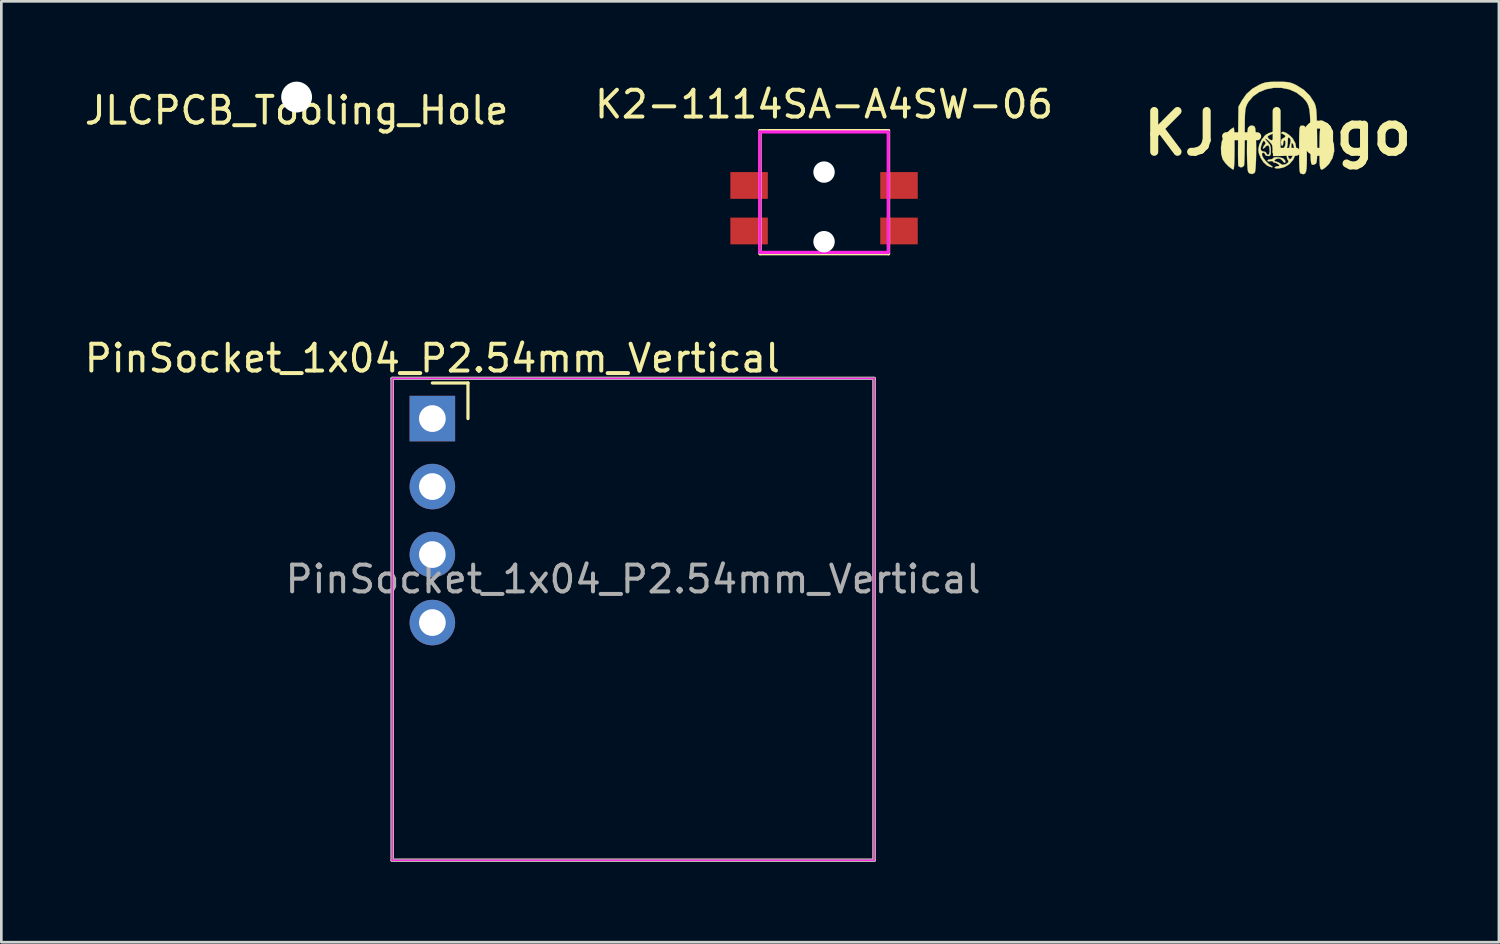
<source format=kicad_pcb>
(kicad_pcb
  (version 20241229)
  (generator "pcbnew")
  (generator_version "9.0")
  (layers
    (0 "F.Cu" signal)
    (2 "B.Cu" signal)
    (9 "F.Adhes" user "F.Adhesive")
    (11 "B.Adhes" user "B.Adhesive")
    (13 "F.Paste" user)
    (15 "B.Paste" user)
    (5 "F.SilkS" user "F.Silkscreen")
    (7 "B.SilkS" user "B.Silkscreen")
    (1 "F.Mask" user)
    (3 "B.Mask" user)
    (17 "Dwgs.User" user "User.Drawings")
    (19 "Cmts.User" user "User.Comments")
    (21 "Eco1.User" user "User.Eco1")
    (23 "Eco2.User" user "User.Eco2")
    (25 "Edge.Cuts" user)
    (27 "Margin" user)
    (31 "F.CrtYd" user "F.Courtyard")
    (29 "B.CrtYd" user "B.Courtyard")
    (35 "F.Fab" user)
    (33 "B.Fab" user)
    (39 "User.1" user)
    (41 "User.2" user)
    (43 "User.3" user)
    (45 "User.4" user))
  (footprint "K2-1114SA-A4SW-06"
    (layer "F.Cu")
    (at 27.732 4.678)
    (property "Reference" "K2-1114SA-A4SW-06" (at 0 -3.83 0) (layer "F.SilkS") (effects (font (size 1 1) (thickness 0.15))))
    (attr smd)
    (fp_line (start -2.39 -2.85) (end 2.41 -2.85) (stroke (width 0.12) (type solid)) (layer "F.SilkS"))
    (fp_line (start -2.39 1.75) (end -2.39 -2.85) (stroke (width 0.12) (type solid)) (layer "F.SilkS"))
    (fp_line (start 2.41 -2.85) (end 2.41 1.75) (stroke (width 0.12) (type solid)) (layer "F.SilkS"))
    (fp_line (start 2.41 1.75) (end -2.39 1.75) (stroke (width 0.12) (type solid)) (layer "F.SilkS"))
    (fp_line (start -2.4 -2.8) (end 2.4 -2.8) (stroke (width 0.12) (type solid)) (layer "F.CrtYd"))
    (fp_line (start -2.4 1.7) (end -2.4 -2.8) (stroke (width 0.12) (type solid)) (layer "F.CrtYd"))
    (fp_line (start 2.4 -2.8) (end 2.4 1.7) (stroke (width 0.12) (type solid)) (layer "F.CrtYd"))
    (fp_line (start 2.4 1.7) (end -2.4 1.7) (stroke (width 0.12) (type solid)) (layer "F.CrtYd"))
    (pad "" smd rect (at -2.8 -0.8) (size 1.4 1) (layers "F.Cu" "F.Mask" "F.Paste"))
    (pad "" smd rect (at -2.8 0.9) (size 1.4 1) (layers "F.Cu" "F.Mask" "F.Paste"))
    (pad "" np_thru_hole circle (at 0 -1.3) (size 0.8 0.8) (drill 0.8) (layers "*.Cu" "*.Mask"))
    (pad "" np_thru_hole circle (at 0 1.3) (size 0.8 0.8) (drill 0.8) (layers "*.Cu" "*.Mask"))
    (pad "1" smd rect (at 2.8 -0.8) (size 1.4 1) (layers "F.Cu" "F.Mask" "F.Paste"))
    (pad "2" smd rect (at 2.8 0.9) (size 1.4 1) (layers "F.Cu" "F.Mask" "F.Paste")))
  (footprint "KJ-Logo"
    (layer "F.Cu")
    (at 44.674 1.931)
    (property "Reference" "KJ-Logo" (at 0 0 0) (layer "F.SilkS") (effects (font (size 1.524 1.524) (thickness 0.3))))
    (attr through_hole)
    (fp_poly (pts (xy 1.692 -0.179) (xy 1.805 -0.096) (xy 1.917 0.017) (xy 2.007 0.141) (xy 2.021 0.168) (xy 2.104 0.417) (xy 2.113 0.674) (xy 2.051 0.921) (xy 1.923 1.138) (xy 1.819 1.244) (xy 1.735 1.312) (xy 1.672 1.349) (xy 1.627 1.349) (xy 1.597 1.303) (xy 1.579 1.202) (xy 1.57 1.039) (xy 1.567 0.806) (xy 1.566 0.572) (xy 1.568 0.325) (xy 1.573 0.11) (xy 1.581 -0.06) (xy 1.591 -0.172) (xy 1.602 -0.212) (xy 1.692 -0.179)) (stroke (width 0.01) (type solid)) (fill yes) (layer "F.SilkS"))
    (fp_poly (pts (xy -1.628 -0.172) (xy -1.62 -0.06) (xy -1.614 0.11) (xy -1.61 0.325) (xy -1.609 0.572) (xy -1.611 0.852) (xy -1.617 1.079) (xy -1.627 1.243) (xy -1.639 1.336) (xy -1.65 1.355) (xy -1.703 1.329) (xy -1.793 1.263) (xy -1.846 1.218) (xy -1.954 1.105) (xy -2.039 0.984) (xy -2.059 0.944) (xy -2.107 0.751) (xy -2.114 0.525) (xy -2.082 0.307) (xy -2.032 0.17) (xy -1.962 0.064) (xy -1.864 -0.047) (xy -1.759 -0.143) (xy -1.67 -0.202) (xy -1.636 -0.212) (xy -1.628 -0.172)) (stroke (width 0.01) (type solid)) (fill yes) (layer "F.SilkS"))
    (fp_poly (pts (xy -0.855 -0.246) (xy -0.836 -0.185) (xy -0.822 -0.057) (xy -0.811 0.124) (xy -0.804 0.34) (xy -0.801 0.575) (xy -0.803 0.812) (xy -0.808 1.036) (xy -0.818 1.23) (xy -0.831 1.377) (xy -0.849 1.462) (xy -0.855 1.473) (xy -0.951 1.521) (xy -1.048 1.498) (xy -1.099 1.442) (xy -1.115 1.371) (xy -1.127 1.228) (xy -1.137 1.027) (xy -1.142 0.781) (xy -1.143 0.614) (xy -1.141 0.346) (xy -1.134 0.116) (xy -1.123 -0.064) (xy -1.109 -0.18) (xy -1.099 -0.214) (xy -1.022 -0.284) (xy -0.922 -0.287) (xy -0.855 -0.246)) (stroke (width 0.01) (type solid)) (fill yes) (layer "F.SilkS"))
    (fp_poly (pts (xy 1.011 -0.267) (xy 1.035 -0.241) (xy 1.054 -0.191) (xy 1.067 -0.105) (xy 1.077 0.028) (xy 1.084 0.219) (xy 1.089 0.479) (xy 1.091 0.592) (xy 1.094 0.908) (xy 1.091 1.148) (xy 1.08 1.321) (xy 1.059 1.435) (xy 1.026 1.5) (xy 0.977 1.524) (xy 0.912 1.515) (xy 0.857 1.496) (xy 0.838 1.466) (xy 0.824 1.389) (xy 0.814 1.256) (xy 0.808 1.06) (xy 0.805 0.791) (xy 0.804 0.609) (xy 0.805 0.314) (xy 0.808 0.093) (xy 0.813 -0.065) (xy 0.822 -0.171) (xy 0.835 -0.236) (xy 0.854 -0.27) (xy 0.874 -0.283) (xy 0.966 -0.285) (xy 1.011 -0.267)) (stroke (width 0.01) (type solid)) (fill yes) (layer "F.SilkS"))
    (fp_poly (pts (xy 0.208 -1.924) (xy 0.357 -1.915) (xy 0.473 -1.894) (xy 0.58 -1.856) (xy 0.694 -1.804) (xy 0.974 -1.629) (xy 1.203 -1.408) (xy 1.365 -1.159) (xy 1.37 -1.149) (xy 1.398 -1.081) (xy 1.421 -1.009) (xy 1.438 -0.922) (xy 1.45 -0.806) (xy 1.459 -0.651) (xy 1.465 -0.444) (xy 1.47 -0.173) (xy 1.474 0.067) (xy 1.477 0.392) (xy 1.478 0.643) (xy 1.476 0.83) (xy 1.47 0.962) (xy 1.46 1.051) (xy 1.446 1.105) (xy 1.426 1.136) (xy 1.421 1.14) (xy 1.338 1.175) (xy 1.292 1.17) (xy 1.271 1.152) (xy 1.255 1.108) (xy 1.244 1.03) (xy 1.236 0.906) (xy 1.231 0.728) (xy 1.228 0.485) (xy 1.227 0.168) (xy 1.227 0.139) (xy 1.225 -0.214) (xy 1.22 -0.494) (xy 1.209 -0.713) (xy 1.189 -0.882) (xy 1.159 -1.013) (xy 1.116 -1.118) (xy 1.058 -1.209) (xy 0.982 -1.296) (xy 0.933 -1.347) (xy 0.702 -1.524) (xy 0.436 -1.642) (xy 0.15 -1.7) (xy -0.143 -1.701) (xy -0.428 -1.648) (xy -0.691 -1.54) (xy -0.917 -1.381) (xy -1.092 -1.173) (xy -1.14 -1.086) (xy -1.168 -1.024) (xy -1.189 -0.957) (xy -1.204 -0.875) (xy -1.215 -0.765) (xy -1.222 -0.615) (xy -1.226 -0.415) (xy -1.227 -0.151) (xy -1.228 0.116) (xy -1.229 0.404) (xy -1.232 0.667) (xy -1.236 0.891) (xy -1.242 1.063) (xy -1.249 1.172) (xy -1.253 1.203) (xy -1.31 1.258) (xy -1.392 1.266) (xy -1.457 1.226) (xy -1.465 1.211) (xy -1.47 1.154) (xy -1.474 1.025) (xy -1.477 0.835) (xy -1.477 0.596) (xy -1.476 0.322) (xy -1.474 0.079) (xy -1.46 -0.995) (xy -1.336 -1.22) (xy -1.162 -1.47) (xy -0.94 -1.667) (xy -0.679 -1.816) (xy -0.56 -1.867) (xy -0.448 -1.9) (xy -0.321 -1.918) (xy -0.15 -1.925) (xy 0 -1.926) (xy 0.208 -1.924)) (stroke (width 0.01) (type solid)) (fill yes) (layer "F.SilkS"))
    (fp_poly (pts (xy 0.082 -0.063) (xy 0.085 -0.053) (xy 0.049 -0.009) (xy 0 0.012) (xy -0.069 0.05) (xy -0.085 0.081) (xy -0.057 0.142) (xy 0 0.212) (xy 0.062 0.28) (xy 0.085 0.318) (xy 0.055 0.34) (xy -0.004 0.329) (xy -0.051 0.293) (xy -0.055 0.286) (xy -0.09 0.257) (xy -0.115 0.275) (xy -0.135 0.34) (xy -0.138 0.46) (xy -0.131 0.55) (xy -0.106 0.783) (xy 0.074 0.78) (xy 0.184 0.785) (xy 0.248 0.802) (xy 0.254 0.811) (xy 0.216 0.831) (xy 0.119 0.844) (xy 0.042 0.847) (xy -0.169 0.847) (xy -0.169 0.643) (xy -0.178 0.506) (xy -0.218 0.408) (xy -0.306 0.308) (xy -0.318 0.296) (xy -0.402 0.222) (xy -0.455 0.19) (xy -0.466 0.196) (xy -0.437 0.252) (xy -0.368 0.331) (xy -0.36 0.339) (xy -0.29 0.425) (xy -0.259 0.532) (xy -0.254 0.642) (xy -0.258 0.765) (xy -0.277 0.825) (xy -0.322 0.845) (xy -0.36 0.847) (xy -0.445 0.825) (xy -0.466 0.783) (xy -0.5 0.727) (xy -0.529 0.72) (xy -0.583 0.746) (xy -0.583 0.815) (xy -0.539 0.911) (xy -0.459 1.02) (xy -0.353 1.127) (xy -0.232 1.215) (xy -0.182 1.253) (xy -0.208 1.267) (xy -0.212 1.267) (xy -0.289 1.248) (xy -0.393 1.198) (xy -0.407 1.189) (xy -0.523 1.082) (xy -0.626 0.924) (xy -0.697 0.749) (xy -0.719 0.611) (xy -0.703 0.527) (xy -0.631 0.527) (xy -0.623 0.631) (xy -0.555 0.676) (xy -0.529 0.677) (xy -0.444 0.699) (xy -0.423 0.741) (xy -0.389 0.797) (xy -0.36 0.804) (xy -0.315 0.776) (xy -0.297 0.682) (xy -0.296 0.637) (xy -0.311 0.502) (xy -0.352 0.445) (xy -0.418 0.467) (xy -0.465 0.515) (xy -0.523 0.569) (xy -0.549 0.561) (xy -0.549 0.558) (xy -0.522 0.485) (xy -0.485 0.437) (xy -0.444 0.373) (xy -0.472 0.31) (xy -0.474 0.308) (xy -0.515 0.274) (xy -0.549 0.302) (xy -0.579 0.365) (xy -0.631 0.527) (xy -0.703 0.527) (xy -0.685 0.43) (xy -0.598 0.243) (xy -0.515 0.136) (xy -0.375 0.136) (xy -0.337 0.19) (xy -0.318 0.211) (xy -0.236 0.262) (xy -0.168 0.238) (xy -0.13 0.148) (xy -0.127 0.101) (xy -0.134 0.023) (xy -0.17 0.006) (xy -0.255 0.042) (xy -0.267 0.048) (xy -0.354 0.097) (xy -0.375 0.136) (xy -0.515 0.136) (xy -0.478 0.088) (xy -0.424 0.043) (xy -0.323 -0.011) (xy -0.198 -0.052) (xy -0.073 -0.078) (xy 0.029 -0.083) (xy 0.082 -0.063)) (stroke (width 0.01) (type solid)) (fill yes) (layer "F.SilkS"))
    (fp_poly (pts (xy 0.321 -0.015) (xy 0.438 0.066) (xy 0.55 0.174) (xy 0.561 0.187) (xy 0.664 0.372) (xy 0.699 0.579) (xy 0.669 0.79) (xy 0.581 0.987) (xy 0.439 1.15) (xy 0.27 1.254) (xy 0.155 1.29) (xy 0.039 1.309) (xy -0.057 1.31) (xy -0.107 1.291) (xy -0.106 1.27) (xy -0.046 1.235) (xy 0.008 1.228) (xy 0.067 1.218) (xy 0.053 1.177) (xy 0.042 1.164) (xy -0.041 1.11) (xy -0.09 1.101) (xy -0.156 1.082) (xy -0.169 1.058) (xy -0.204 1.034) (xy -0.275 1.041) (xy -0.358 1.046) (xy -0.381 1.021) (xy -0.345 0.985) (xy -0.275 0.974) (xy -0.196 0.959) (xy -0.169 0.931) (xy -0.133 0.902) (xy -0.045 0.891) (xy 0.066 0.898) (xy 0.169 0.922) (xy 0.222 0.948) (xy 0.279 1.012) (xy 0.296 1.073) (xy 0.265 1.101) (xy 0.264 1.101) (xy 0.22 1.069) (xy 0.178 1.013) (xy 0.094 0.945) (xy 0.012 0.939) (xy -0.074 0.966) (xy -0.117 1.009) (xy -0.106 1.046) (xy -0.051 1.058) (xy 0.045 1.089) (xy 0.085 1.122) (xy 0.179 1.179) (xy 0.296 1.158) (xy 0.358 1.12) (xy 0.411 1.063) (xy 0.394 1.012) (xy 0.389 1.007) (xy 0.353 0.931) (xy 0.339 0.822) (xy 0.322 0.718) (xy 0.28 0.64) (xy 0.231 0.608) (xy 0.192 0.633) (xy 0.138 0.663) (xy 0.05 0.676) (xy -0.036 0.67) (xy -0.083 0.645) (xy -0.085 0.638) (xy -0.048 0.611) (xy 0.04 0.602) (xy 0.041 0.602) (xy 0.086 0.596) (xy 0.335 0.596) (xy 0.369 0.676) (xy 0.427 0.733) (xy 0.455 0.741) (xy 0.498 0.767) (xy 0.499 0.783) (xy 0.457 0.815) (xy 0.435 0.813) (xy 0.389 0.812) (xy 0.389 0.856) (xy 0.407 0.907) (xy 0.451 0.968) (xy 0.505 0.946) (xy 0.567 0.842) (xy 0.577 0.819) (xy 0.62 0.641) (xy 0.616 0.524) (xy 0.584 0.413) (xy 0.548 0.359) (xy 0.521 0.366) (xy 0.513 0.443) (xy 0.515 0.468) (xy 0.509 0.582) (xy 0.472 0.626) (xy 0.438 0.607) (xy 0.439 0.516) (xy 0.475 0.35) (xy 0.491 0.292) (xy 0.478 0.211) (xy 0.445 0.17) (xy 0.406 0.148) (xy 0.387 0.177) (xy 0.381 0.273) (xy 0.381 0.304) (xy 0.373 0.427) (xy 0.354 0.515) (xy 0.345 0.531) (xy 0.335 0.596) (xy 0.086 0.596) (xy 0.155 0.587) (xy 0.231 0.552) (xy 0.273 0.485) (xy 0.294 0.392) (xy 0.292 0.304) (xy 0.264 0.256) (xy 0.254 0.254) (xy 0.222 0.29) (xy 0.212 0.36) (xy 0.197 0.439) (xy 0.169 0.466) (xy 0.14 0.429) (xy 0.127 0.34) (xy 0.127 0.335) (xy 0.146 0.23) (xy 0.208 0.182) (xy 0.212 0.182) (xy 0.285 0.137) (xy 0.284 0.078) (xy 0.213 0.031) (xy 0.202 0.027) (xy 0.139 -0.001) (xy 0.153 -0.043) (xy 0.156 -0.046) (xy 0.221 -0.056) (xy 0.321 -0.015)) (stroke (width 0.01) (type solid)) (fill yes) (layer "F.SilkS")))
  (footprint "JLCPCB_Tooling_Hole"
    (layer "F.Cu")
    (at 8.03 0.576)
    (property "Reference" "JLCPCB_Tooling_Hole" (at 0 0.5 0) (layer "F.SilkS") (effects (font (size 1 1) (thickness 0.15))))
    (attr through_hole)
    (pad "" np_thru_hole circle (at 0 0) (size 1.152 1.152) (drill 1.152) (layers "*.Cu" "*.Mask")))
  (footprint "PinSocket_1x04_P2.54mm_Vertical"
    (layer "F.Cu")
    (at 13.101 12.586)
    (property "Reference" "PinSocket_1x04_P2.54mm_Vertical" (at 0 -2.25 180) (layer "F.SilkS") (effects (font (size 1 1) (thickness 0.15))))
    (attr through_hole)
    (fp_line (start -1.5 -1.5) (end -1.5 16.5) (stroke (width 0.12) (type solid)) (layer "F.SilkS"))
    (fp_line (start -1.5 -1.5) (end 16.5 -1.5) (stroke (width 0.12) (type solid)) (layer "F.SilkS"))
    (fp_line (start -1.5 16.5) (end 16.5 16.5) (stroke (width 0.12) (type solid)) (layer "F.SilkS"))
    (fp_line (start 0 -1.33) (end 1.33 -1.33) (stroke (width 0.12) (type solid)) (layer "F.SilkS"))
    (fp_line (start 1.33 -1.33) (end 1.33 0) (stroke (width 0.12) (type solid)) (layer "F.SilkS"))
    (fp_line (start 16.5 -1.5) (end 16.5 16.5) (stroke (width 0.12) (type solid)) (layer "F.SilkS"))
    (fp_line (start -1.5 -1.5) (end 16.5 -1.5) (stroke (width 0.05) (type solid)) (layer "F.CrtYd"))
    (fp_line (start -1.5 16.5) (end -1.5 -1.5) (stroke (width 0.05) (type solid)) (layer "F.CrtYd"))
    (fp_line (start 16.5 -1.5) (end 16.5 16.5) (stroke (width 0.05) (type solid)) (layer "F.CrtYd"))
    (fp_line (start 16.5 16.5) (end -1.5 16.5) (stroke (width 0.05) (type solid)) (layer "F.CrtYd"))
    (fp_line (start -1.5 -1.5) (end -1.5 16.5) (stroke (width 0.12) (type solid)) (layer "F.Fab"))
    (fp_line (start -1.5 16.5) (end 16.5 16.5) (stroke (width 0.12) (type solid)) (layer "F.Fab"))
    (fp_line (start 16.5 -1.5) (end -1.5 -1.5) (stroke (width 0.12) (type solid)) (layer "F.Fab"))
    (fp_line (start 16.5 16.5) (end 16.5 -1.5) (stroke (width 0.12) (type solid)) (layer "F.Fab"))
    (fp_text user "${REFERENCE}" (at 7.5 6 180) (layer "F.Fab") (effects (font (size 1 1) (thickness 0.15))))
    (pad "1" thru_hole rect (at 0 0) (size 1.7 1.7) (drill 1) (layers "*.Cu" "*.Mask"))
    (pad "2" thru_hole oval (at 0 2.54) (size 1.7 1.7) (drill 1) (layers "*.Cu" "*.Mask"))
    (pad "3" thru_hole oval (at 0 5.08) (size 1.7 1.7) (drill 1) (layers "*.Cu" "*.Mask"))
    (pad "4" thru_hole oval (at 0 7.62) (size 1.7 1.7) (drill 1) (layers "*.Cu" "*.Mask")))
  (gr_rect
    (start -3 -3)
    (end 52.942 32.147)
    (stroke (width 0.1) (type default))
    (fill no)
    (layer "Edge.Cuts")))
</source>
